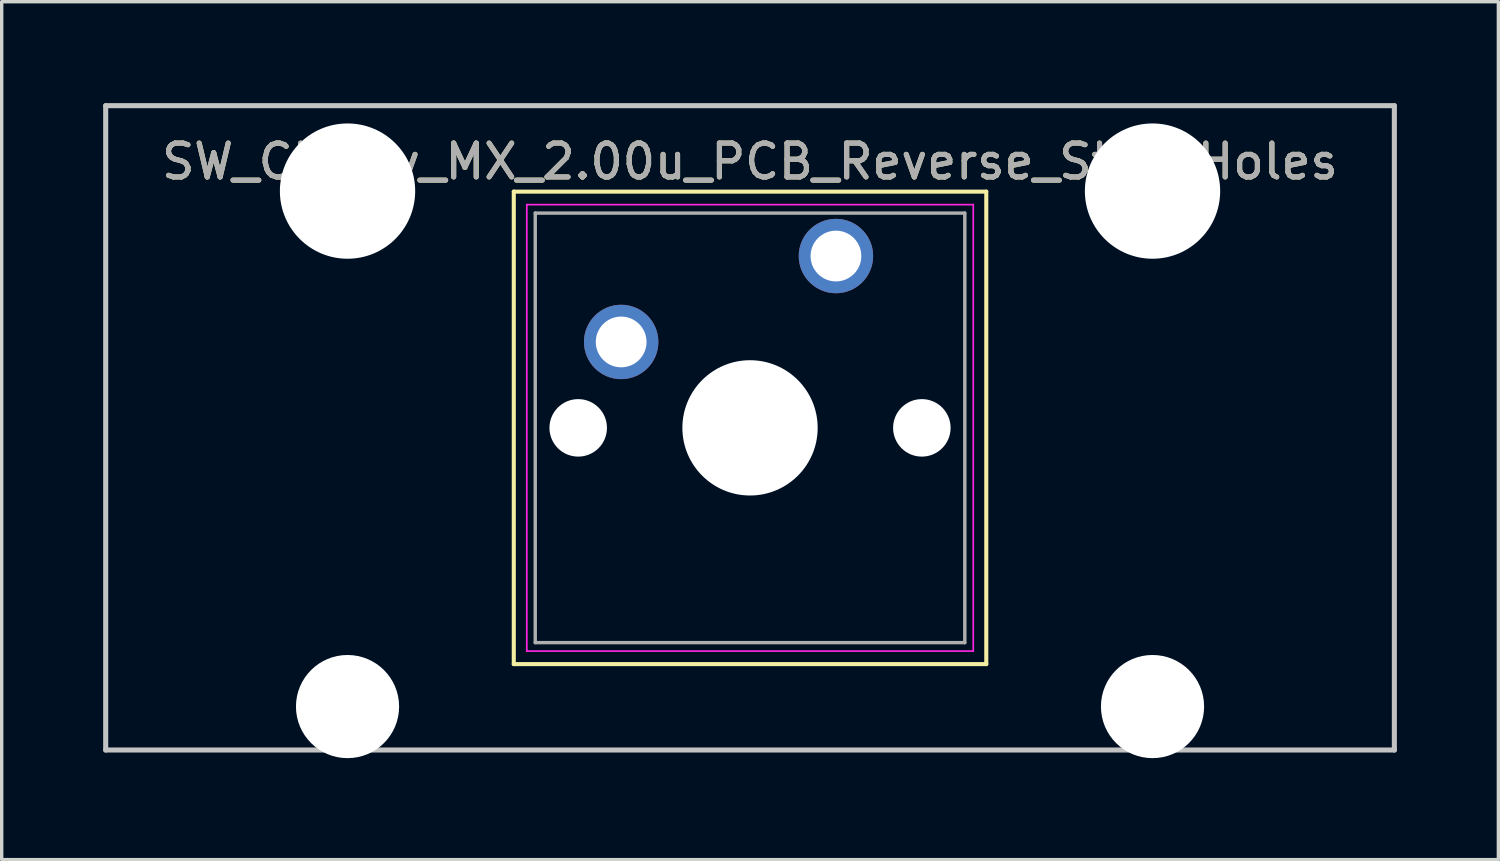
<source format=kicad_pcb>
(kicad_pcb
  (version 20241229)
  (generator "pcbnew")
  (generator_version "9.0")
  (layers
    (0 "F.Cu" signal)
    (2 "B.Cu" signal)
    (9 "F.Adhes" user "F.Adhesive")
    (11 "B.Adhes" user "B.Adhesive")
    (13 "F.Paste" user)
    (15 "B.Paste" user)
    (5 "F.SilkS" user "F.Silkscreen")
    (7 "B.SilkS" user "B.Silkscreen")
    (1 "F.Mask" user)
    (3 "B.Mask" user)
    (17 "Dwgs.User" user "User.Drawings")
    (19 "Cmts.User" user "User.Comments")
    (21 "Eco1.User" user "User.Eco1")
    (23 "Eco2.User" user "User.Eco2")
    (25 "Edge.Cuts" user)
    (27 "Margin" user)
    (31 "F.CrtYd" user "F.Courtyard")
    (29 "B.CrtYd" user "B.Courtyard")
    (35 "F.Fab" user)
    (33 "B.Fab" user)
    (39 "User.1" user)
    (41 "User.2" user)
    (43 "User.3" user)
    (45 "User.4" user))
  (footprint "SW_Cherry_MX_2.00u_PCB_Reverse_Stab_Holes"
    (layer "F.Cu")
    (at 21.665 4.52)
    (property "Reference" "SW_Cherry_MX_2.00u_PCB_Reverse_Stab_Holes" (at -2.54 -2.794 0) (layer "F.SilkS") (effects (font (size 1 1) (thickness 0.15))))
    (attr through_hole)
    (fp_line (start -9.525 -1.905) (end 4.445 -1.905) (stroke (width 0.12) (type solid)) (layer "F.SilkS"))
    (fp_line (start -9.525 12.065) (end -9.525 -1.905) (stroke (width 0.12) (type solid)) (layer "F.SilkS"))
    (fp_line (start 4.445 -1.905) (end 4.445 12.065) (stroke (width 0.12) (type solid)) (layer "F.SilkS"))
    (fp_line (start 4.445 12.065) (end -9.525 12.065) (stroke (width 0.12) (type solid)) (layer "F.SilkS"))
    (fp_line (start -21.59 -4.445) (end 16.51 -4.445) (stroke (width 0.15) (type solid)) (layer "Dwgs.User"))
    (fp_line (start -21.59 14.605) (end -21.59 -4.445) (stroke (width 0.15) (type solid)) (layer "Dwgs.User"))
    (fp_line (start 16.51 -4.445) (end 16.51 14.605) (stroke (width 0.15) (type solid)) (layer "Dwgs.User"))
    (fp_line (start 16.51 14.605) (end -21.59 14.605) (stroke (width 0.15) (type solid)) (layer "Dwgs.User"))
    (fp_line (start -9.14 -1.52) (end 4.06 -1.52) (stroke (width 0.05) (type solid)) (layer "F.CrtYd"))
    (fp_line (start -9.14 11.68) (end -9.14 -1.52) (stroke (width 0.05) (type solid)) (layer "F.CrtYd"))
    (fp_line (start 4.06 -1.52) (end 4.06 11.68) (stroke (width 0.05) (type solid)) (layer "F.CrtYd"))
    (fp_line (start 4.06 11.68) (end -9.14 11.68) (stroke (width 0.05) (type solid)) (layer "F.CrtYd"))
    (fp_line (start -8.89 -1.27) (end 3.81 -1.27) (stroke (width 0.1) (type solid)) (layer "F.Fab"))
    (fp_line (start -8.89 11.43) (end -8.89 -1.27) (stroke (width 0.1) (type solid)) (layer "F.Fab"))
    (fp_line (start 3.81 -1.27) (end 3.81 11.43) (stroke (width 0.1) (type solid)) (layer "F.Fab"))
    (fp_line (start 3.81 11.43) (end -8.89 11.43) (stroke (width 0.1) (type solid)) (layer "F.Fab"))
    (fp_text user "${REFERENCE}" (at -2.54 -2.794 0) (layer "F.Fab") (effects (font (size 1 1) (thickness 0.15))))
    (pad "" np_thru_hole circle (at -14.44 -1.92) (size 4 4) (drill 4) (layers "*.Cu" "*.Mask"))
    (pad "" np_thru_hole circle (at -14.44 13.32) (size 3.05 3.05) (drill 3.05) (layers "*.Cu" "*.Mask"))
    (pad "" np_thru_hole circle (at -7.62 5.08) (size 1.7 1.7) (drill 1.7) (layers "*.Cu" "*.Mask"))
    (pad "" np_thru_hole circle (at -2.54 5.08) (size 4 4) (drill 4) (layers "*.Cu" "*.Mask"))
    (pad "" np_thru_hole circle (at 2.54 5.08) (size 1.7 1.7) (drill 1.7) (layers "*.Cu" "*.Mask"))
    (pad "" np_thru_hole circle (at 9.36 -1.92) (size 4 4) (drill 4) (layers "*.Cu" "*.Mask"))
    (pad "" np_thru_hole circle (at 9.36 13.32) (size 3.05 3.05) (drill 3.05) (layers "*.Cu" "*.Mask"))
    (pad "1" thru_hole circle (at 0 0) (size 2.2 2.2) (drill 1.5) (layers "*.Cu" "*.Mask"))
    (pad "2" thru_hole circle (at -6.35 2.54) (size 2.2 2.2) (drill 1.5) (layers "*.Cu" "*.Mask")))
  (gr_rect
    (start -3 -3)
    (end 41.25 22.365)
    (stroke (width 0.1) (type default))
    (fill no)
    (layer "Edge.Cuts")))
</source>
